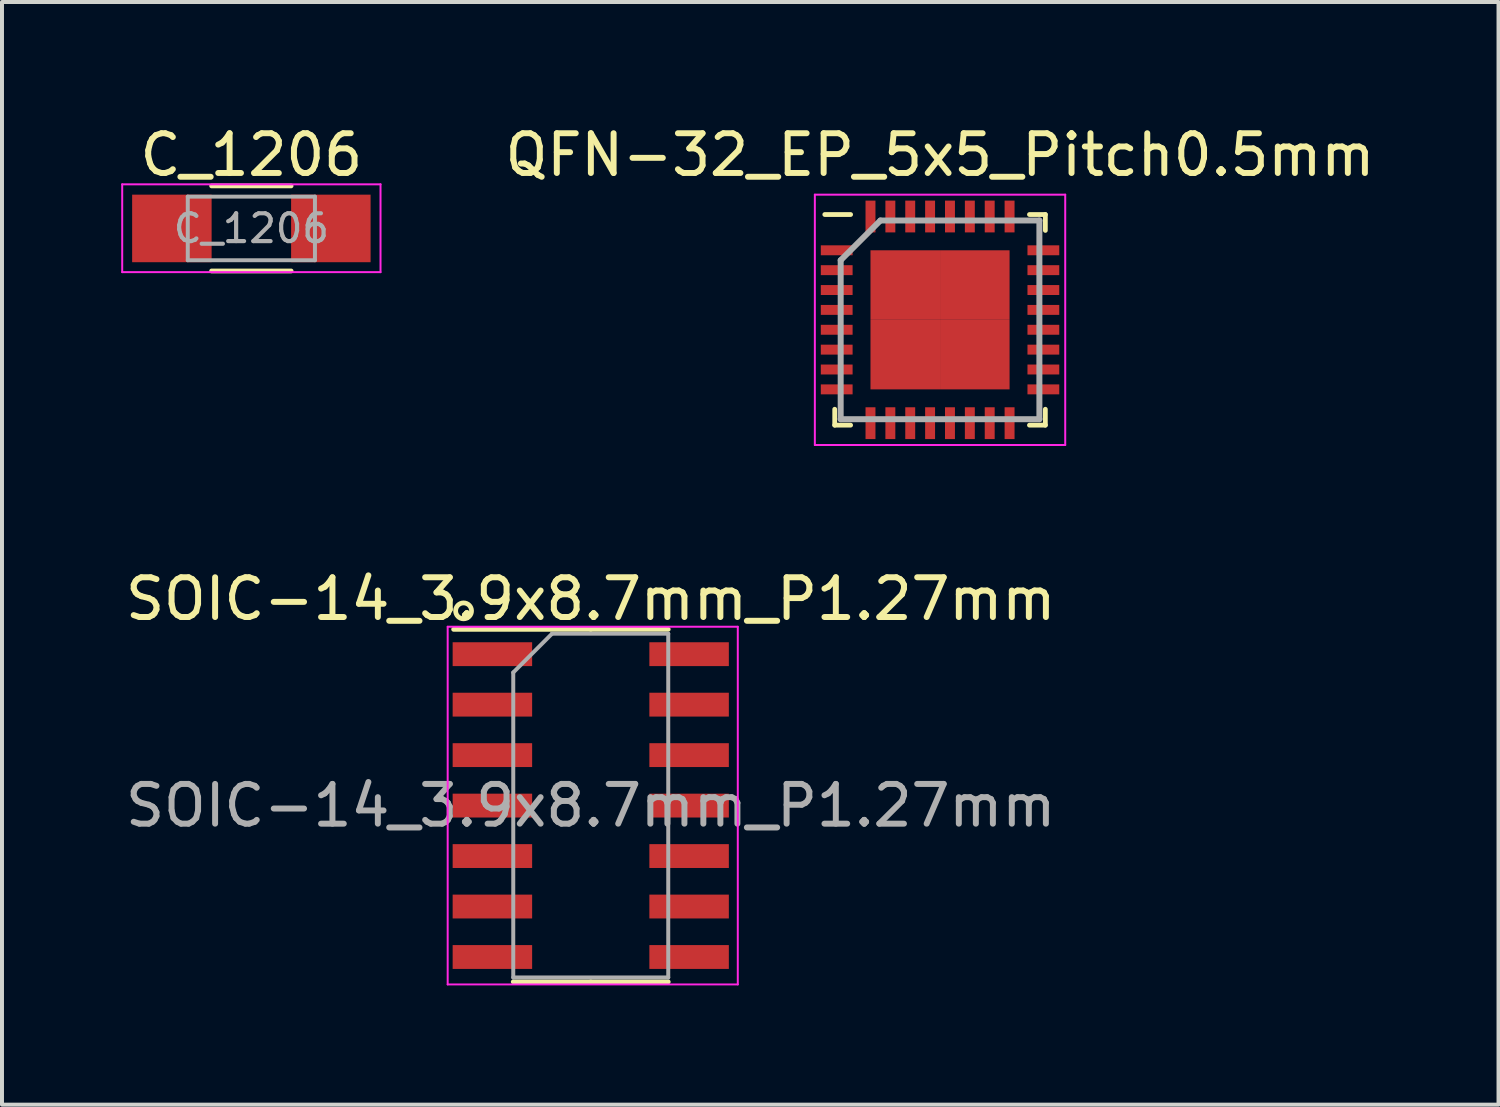
<source format=kicad_pcb>
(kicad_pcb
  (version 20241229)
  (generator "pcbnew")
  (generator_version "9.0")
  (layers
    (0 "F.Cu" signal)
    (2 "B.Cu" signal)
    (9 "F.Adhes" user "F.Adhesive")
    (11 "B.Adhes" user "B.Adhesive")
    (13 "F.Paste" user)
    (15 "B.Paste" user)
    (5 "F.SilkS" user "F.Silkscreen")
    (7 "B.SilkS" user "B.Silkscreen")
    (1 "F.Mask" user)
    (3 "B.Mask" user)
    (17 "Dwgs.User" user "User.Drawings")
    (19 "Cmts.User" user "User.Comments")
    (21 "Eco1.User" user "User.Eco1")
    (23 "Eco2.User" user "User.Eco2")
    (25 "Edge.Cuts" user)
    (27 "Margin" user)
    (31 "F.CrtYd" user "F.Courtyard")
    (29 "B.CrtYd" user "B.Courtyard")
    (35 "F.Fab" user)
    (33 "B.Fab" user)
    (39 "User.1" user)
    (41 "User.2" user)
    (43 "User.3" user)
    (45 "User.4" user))
  (footprint "SOIC-14_3.9x8.7mm_P1.27mm"
    (layer "F.Cu")
    (at 11.815 17.221)
    (property "Reference" "SOIC-14_3.9x8.7mm_P1.27mm" (at 0 -5.2 0) (layer "F.SilkS") (effects (font (size 1 1) (thickness 0.15))))
    (attr smd)
    (fp_line (start 0 -4.435) (end -3.45 -4.435) (stroke (width 0.12) (type solid)) (layer "F.SilkS"))
    (fp_line (start 0 -4.435) (end 1.95 -4.435) (stroke (width 0.12) (type solid)) (layer "F.SilkS"))
    (fp_line (start 0 4.435) (end -1.95 4.435) (stroke (width 0.12) (type solid)) (layer "F.SilkS"))
    (fp_line (start 0 4.435) (end 1.95 4.435) (stroke (width 0.12) (type solid)) (layer "F.SilkS"))
    (fp_circle (center -3.2 -4.9) (end -3.2 -4.7) (stroke (width 0.12) (type solid)) (fill no) (layer "F.SilkS"))
    (fp_line (start -3.6 -4.5) (end 3.7 -4.5) (stroke (width 0.05) (type solid)) (layer "F.CrtYd"))
    (fp_line (start -3.6 4.5) (end -3.6 -4.5) (stroke (width 0.05) (type solid)) (layer "F.CrtYd"))
    (fp_line (start 3.7 -4.5) (end 3.7 4.5) (stroke (width 0.05) (type solid)) (layer "F.CrtYd"))
    (fp_line (start 3.7 4.5) (end -3.6 4.5) (stroke (width 0.05) (type solid)) (layer "F.CrtYd"))
    (fp_line (start -1.95 -3.35) (end -0.975 -4.325) (stroke (width 0.1) (type solid)) (layer "F.Fab"))
    (fp_line (start -1.95 4.325) (end -1.95 -3.35) (stroke (width 0.1) (type solid)) (layer "F.Fab"))
    (fp_line (start -0.975 -4.325) (end 1.95 -4.325) (stroke (width 0.1) (type solid)) (layer "F.Fab"))
    (fp_line (start 1.95 -4.325) (end 1.95 4.325) (stroke (width 0.1) (type solid)) (layer "F.Fab"))
    (fp_line (start 1.95 4.325) (end -1.95 4.325) (stroke (width 0.1) (type solid)) (layer "F.Fab"))
    (fp_text user "${REFERENCE}" (at 0 0 0) (layer "F.Fab") (effects (font (size 1 1) (thickness 0.15))))
    (pad "1" smd rect (at -2.475 -3.81) (size 2 0.6) (layers "F.Cu" "F.Mask" "F.Paste"))
    (pad "2" smd rect (at -2.475 -2.54) (size 2 0.6) (layers "F.Cu" "F.Mask" "F.Paste"))
    (pad "3" smd rect (at -2.475 -1.27) (size 2 0.6) (layers "F.Cu" "F.Mask" "F.Paste"))
    (pad "4" smd rect (at -2.475 0) (size 2 0.6) (layers "F.Cu" "F.Mask" "F.Paste"))
    (pad "5" smd rect (at -2.475 1.27) (size 2 0.6) (layers "F.Cu" "F.Mask" "F.Paste"))
    (pad "6" smd rect (at -2.475 2.54) (size 2 0.6) (layers "F.Cu" "F.Mask" "F.Paste"))
    (pad "7" smd rect (at -2.475 3.81) (size 2 0.6) (layers "F.Cu" "F.Mask" "F.Paste"))
    (pad "8" smd rect (at 2.475 3.81) (size 2 0.6) (layers "F.Cu" "F.Mask" "F.Paste"))
    (pad "9" smd rect (at 2.475 2.54) (size 2 0.6) (layers "F.Cu" "F.Mask" "F.Paste"))
    (pad "10" smd rect (at 2.475 1.27) (size 2 0.6) (layers "F.Cu" "F.Mask" "F.Paste"))
    (pad "11" smd rect (at 2.475 0) (size 2 0.6) (layers "F.Cu" "F.Mask" "F.Paste"))
    (pad "12" smd rect (at 2.475 -1.27) (size 2 0.6) (layers "F.Cu" "F.Mask" "F.Paste"))
    (pad "13" smd rect (at 2.475 -2.54) (size 2 0.6) (layers "F.Cu" "F.Mask" "F.Paste"))
    (pad "14" smd rect (at 2.475 -3.81) (size 2 0.6) (layers "F.Cu" "F.Mask" "F.Paste")))
  (footprint "QFN-32_EP_5x5_Pitch0.5mm"
    (layer "F.Cu")
    (at 20.604 4.998)
    (property "Reference" "QFN-32_EP_5x5_Pitch0.5mm" (at 0 -4.15 0) (layer "F.SilkS") (effects (font (size 1 1) (thickness 0.15))))
    (attr smd)
    (fp_line (start -2.65 2.65) (end -2.65 2.25) (stroke (width 0.12) (type solid)) (layer "F.SilkS"))
    (fp_line (start -2.25 -2.65) (end -2.9 -2.65) (stroke (width 0.12) (type solid)) (layer "F.SilkS"))
    (fp_line (start -2.25 2.65) (end -2.65 2.65) (stroke (width 0.12) (type solid)) (layer "F.SilkS"))
    (fp_line (start 2.25 -2.65) (end 2.65 -2.65) (stroke (width 0.12) (type solid)) (layer "F.SilkS"))
    (fp_line (start 2.25 2.65) (end 2.65 2.65) (stroke (width 0.12) (type solid)) (layer "F.SilkS"))
    (fp_line (start 2.65 -2.65) (end 2.65 -2.25) (stroke (width 0.12) (type solid)) (layer "F.SilkS"))
    (fp_line (start 2.65 2.65) (end 2.65 2.25) (stroke (width 0.12) (type solid)) (layer "F.SilkS"))
    (fp_line (start -3.15 -3.15) (end 3.15 -3.15) (stroke (width 0.05) (type solid)) (layer "F.CrtYd"))
    (fp_line (start -3.15 3.15) (end -3.15 -3.15) (stroke (width 0.05) (type solid)) (layer "F.CrtYd"))
    (fp_line (start 3.15 -3.15) (end 3.15 3.15) (stroke (width 0.05) (type solid)) (layer "F.CrtYd"))
    (fp_line (start 3.15 3.15) (end -3.15 3.15) (stroke (width 0.05) (type solid)) (layer "F.CrtYd"))
    (fp_line (start -2.5 -1.5) (end -2.5 2.5) (stroke (width 0.15) (type solid)) (layer "F.Fab"))
    (fp_line (start -2.5 2.5) (end 2.5 2.5) (stroke (width 0.15) (type solid)) (layer "F.Fab"))
    (fp_line (start -1.5 -2.5) (end -2.5 -1.5) (stroke (width 0.15) (type solid)) (layer "F.Fab"))
    (fp_line (start 2.5 -2.5) (end -1.5 -2.5) (stroke (width 0.15) (type solid)) (layer "F.Fab"))
    (fp_line (start 2.5 2.5) (end 2.5 -2.5) (stroke (width 0.15) (type solid)) (layer "F.Fab"))
    (pad "1" smd rect (at -2.6 -1.75 90) (size 0.25 0.8) (layers "F.Cu" "F.Mask" "F.Paste"))
    (pad "2" smd rect (at -2.6 -1.25 90) (size 0.25 0.8) (layers "F.Cu" "F.Mask" "F.Paste"))
    (pad "3" smd rect (at -2.6 -0.75 90) (size 0.25 0.8) (layers "F.Cu" "F.Mask" "F.Paste"))
    (pad "4" smd rect (at -2.6 -0.25 90) (size 0.25 0.8) (layers "F.Cu" "F.Mask" "F.Paste"))
    (pad "5" smd rect (at -2.6 0.25 90) (size 0.25 0.8) (layers "F.Cu" "F.Mask" "F.Paste"))
    (pad "6" smd rect (at -2.6 0.75 90) (size 0.25 0.8) (layers "F.Cu" "F.Mask" "F.Paste"))
    (pad "7" smd rect (at -2.6 1.25 90) (size 0.25 0.8) (layers "F.Cu" "F.Mask" "F.Paste"))
    (pad "8" smd rect (at -2.6 1.75 90) (size 0.25 0.8) (layers "F.Cu" "F.Mask" "F.Paste"))
    (pad "9" smd rect (at -1.75 2.6) (size 0.25 0.8) (layers "F.Cu" "F.Mask" "F.Paste"))
    (pad "10" smd rect (at -1.25 2.6) (size 0.25 0.8) (layers "F.Cu" "F.Mask" "F.Paste"))
    (pad "11" smd rect (at -0.75 2.6) (size 0.25 0.8) (layers "F.Cu" "F.Mask" "F.Paste"))
    (pad "12" smd rect (at -0.25 2.6) (size 0.25 0.8) (layers "F.Cu" "F.Mask" "F.Paste"))
    (pad "13" smd rect (at 0.25 2.6) (size 0.25 0.8) (layers "F.Cu" "F.Mask" "F.Paste"))
    (pad "14" smd rect (at 0.75 2.6) (size 0.25 0.8) (layers "F.Cu" "F.Mask" "F.Paste"))
    (pad "15" smd rect (at 1.25 2.6) (size 0.25 0.8) (layers "F.Cu" "F.Mask" "F.Paste"))
    (pad "16" smd rect (at 1.75 2.6) (size 0.25 0.8) (layers "F.Cu" "F.Mask" "F.Paste"))
    (pad "17" smd rect (at 2.6 1.75 90) (size 0.25 0.8) (layers "F.Cu" "F.Mask" "F.Paste"))
    (pad "18" smd rect (at 2.6 1.25 90) (size 0.25 0.8) (layers "F.Cu" "F.Mask" "F.Paste"))
    (pad "19" smd rect (at 2.6 0.75 90) (size 0.25 0.8) (layers "F.Cu" "F.Mask" "F.Paste"))
    (pad "20" smd rect (at 2.6 0.25 90) (size 0.25 0.8) (layers "F.Cu" "F.Mask" "F.Paste"))
    (pad "21" smd rect (at 2.6 -0.25 90) (size 0.25 0.8) (layers "F.Cu" "F.Mask" "F.Paste"))
    (pad "22" smd rect (at 2.6 -0.75 90) (size 0.25 0.8) (layers "F.Cu" "F.Mask" "F.Paste"))
    (pad "23" smd rect (at 2.6 -1.25 90) (size 0.25 0.8) (layers "F.Cu" "F.Mask" "F.Paste"))
    (pad "24" smd rect (at 2.6 -1.75 90) (size 0.25 0.8) (layers "F.Cu" "F.Mask" "F.Paste"))
    (pad "25" smd rect (at 1.75 -2.6) (size 0.25 0.8) (layers "F.Cu" "F.Mask" "F.Paste"))
    (pad "26" smd rect (at 1.25 -2.6) (size 0.25 0.8) (layers "F.Cu" "F.Mask" "F.Paste"))
    (pad "27" smd rect (at 0.75 -2.6) (size 0.25 0.8) (layers "F.Cu" "F.Mask" "F.Paste"))
    (pad "28" smd rect (at 0.25 -2.6) (size 0.25 0.8) (layers "F.Cu" "F.Mask" "F.Paste"))
    (pad "29" smd rect (at -0.25 -2.6) (size 0.25 0.8) (layers "F.Cu" "F.Mask" "F.Paste"))
    (pad "30" smd rect (at -0.75 -2.6) (size 0.25 0.8) (layers "F.Cu" "F.Mask" "F.Paste"))
    (pad "31" smd rect (at -1.25 -2.6) (size 0.25 0.8) (layers "F.Cu" "F.Mask" "F.Paste"))
    (pad "32" smd rect (at -1.75 -2.6) (size 0.25 0.8) (layers "F.Cu" "F.Mask" "F.Paste"))
    (pad "33" smd rect (at -0.875 -0.875) (size 1.75 1.75) (layers "F.Cu" "F.Mask" "F.Paste"))
    (pad "33" smd rect (at -0.875 0.875) (size 1.75 1.75) (layers "F.Cu" "F.Mask" "F.Paste"))
    (pad "33" smd rect (at 0.875 -0.875) (size 1.75 1.75) (layers "F.Cu" "F.Mask" "F.Paste"))
    (pad "33" smd rect (at 0.875 0.875) (size 1.75 1.75) (layers "F.Cu" "F.Mask" "F.Paste")))
  (footprint "C_1206"
    (layer "F.Cu")
    (at 3.275 2.698)
    (property "Reference" "C_1206" (at 0 -1.85 0) (layer "F.SilkS") (effects (font (size 1 1) (thickness 0.15))))
    (attr smd)
    (fp_line (start -1 -1.07) (end 1 -1.07) (stroke (width 0.12) (type solid)) (layer "F.SilkS"))
    (fp_line (start 1 1.07) (end -1 1.07) (stroke (width 0.12) (type solid)) (layer "F.SilkS"))
    (fp_line (start -3.25 -1.11) (end -3.25 1.1) (stroke (width 0.05) (type solid)) (layer "F.CrtYd"))
    (fp_line (start -3.25 -1.11) (end 3.25 -1.11) (stroke (width 0.05) (type solid)) (layer "F.CrtYd"))
    (fp_line (start 3.25 1.1) (end -3.25 1.1) (stroke (width 0.05) (type solid)) (layer "F.CrtYd"))
    (fp_line (start 3.25 1.1) (end 3.25 -1.11) (stroke (width 0.05) (type solid)) (layer "F.CrtYd"))
    (fp_line (start -1.6 -0.8) (end 1.6 -0.8) (stroke (width 0.1) (type solid)) (layer "F.Fab"))
    (fp_line (start -1.6 0.8) (end -1.6 -0.8) (stroke (width 0.1) (type solid)) (layer "F.Fab"))
    (fp_line (start 1.6 -0.8) (end 1.6 0.8) (stroke (width 0.1) (type solid)) (layer "F.Fab"))
    (fp_line (start 1.6 0.8) (end -1.6 0.8) (stroke (width 0.1) (type solid)) (layer "F.Fab"))
    (fp_text user "${REFERENCE}" (at 0 0 0) (layer "F.Fab") (effects (font (size 0.7 0.7) (thickness 0.105))))
    (pad "1" smd rect (at -2 0) (size 2 1.7) (layers "F.Cu" "F.Mask" "F.Paste"))
    (pad "2" smd rect (at 2 0) (size 2 1.7) (layers "F.Cu" "F.Mask" "F.Paste")))
  (gr_rect
    (start -3 -3)
    (end 34.657 24.747)
    (stroke (width 0.1) (type default))
    (fill no)
    (layer "Edge.Cuts")))
</source>
